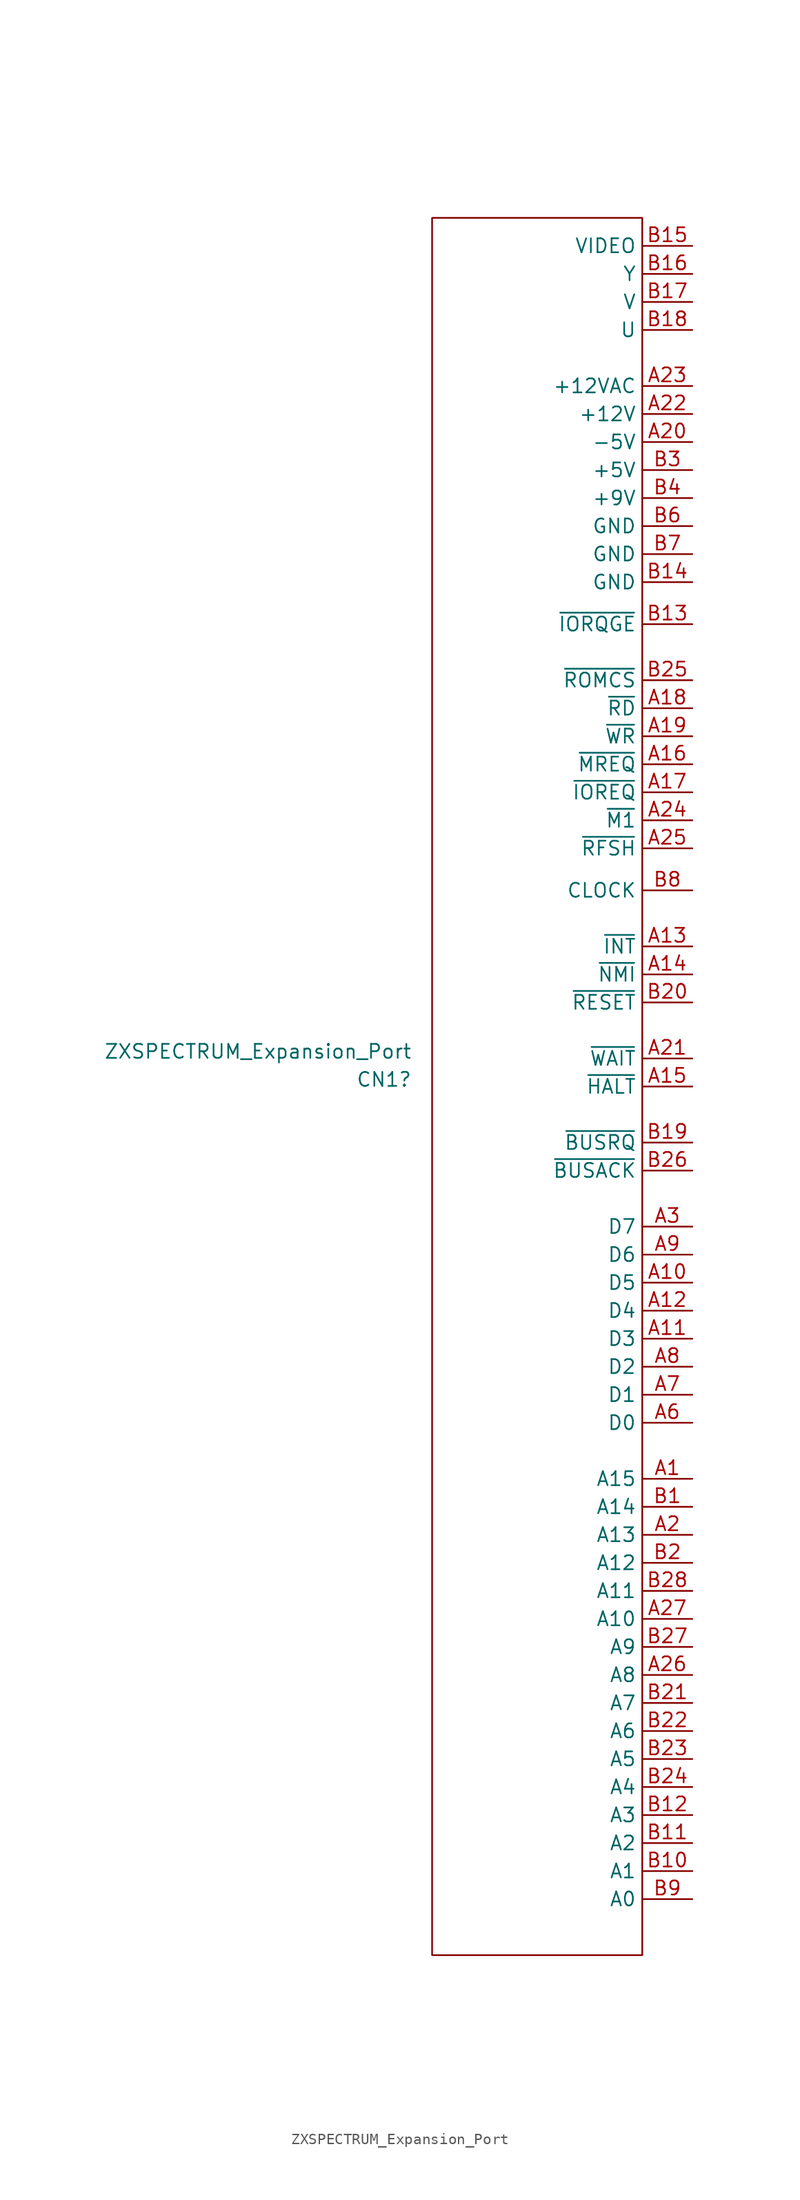
<source format=kicad_sym>
(kicad_symbol_lib
  (version 20231120)
  (generator "kicad_symbol_editor")
  (generator_version "8.0")
  (symbol "ZXSPECTRUM_Expansion_Port"
    (property "Reference" "CN1"
      (at -12.7 -1.905 0)
      (effects (font (size 1.27 1.27)) (justify right)))
    (property "Value" "ZXSPECTRUM_Expansion_Port"
      (at -12.7 0.635 0)
      (effects (font (size 1.27 1.27)) (justify right)))
    (symbol "ZXSPECTRUM_Expansion_Port_0_1"
      (rectangle (start -10.89 76.2) (end 8.16 -81.28) (stroke (width 0) (type default)) (fill (type none))))
    (symbol "ZXSPECTRUM_Expansion_Port_1_1"
      (pin output line (at 12.7 -38.1 180) (length 4.54) (name "A15" (effects (font (size 1.27 1.27)))) (number "A1" (effects (font (size 1.27 1.27)))))
      (pin bidirectional line (at 12.7 -20.32 180) (length 4.54) (name "D5" (effects (font (size 1.27 1.27)))) (number "A10" (effects (font (size 1.27 1.27)))))
      (pin bidirectional line (at 12.7 -25.4 180) (length 4.54) (name "D3" (effects (font (size 1.27 1.27)))) (number "A11" (effects (font (size 1.27 1.27)))))
      (pin bidirectional line (at 12.7 -22.86 180) (length 4.54) (name "D4" (effects (font (size 1.27 1.27)))) (number "A12" (effects (font (size 1.27 1.27)))))
      (pin input line (at 12.7 10.16 180) (length 4.54) (name "~{INT}" (effects (font (size 1.27 1.27)))) (number "A13" (effects (font (size 1.27 1.27)))))
      (pin input line (at 12.7 7.62 180) (length 4.54) (name "~{NMI}" (effects (font (size 1.27 1.27)))) (number "A14" (effects (font (size 1.27 1.27)))))
      (pin input line (at 12.7 -2.54 180) (length 4.54) (name "~{HALT}" (effects (font (size 1.27 1.27)))) (number "A15" (effects (font (size 1.27 1.27)))))
      (pin output line (at 12.7 26.67 180) (length 4.54) (name "~{MREQ}" (effects (font (size 1.27 1.27)))) (number "A16" (effects (font (size 1.27 1.27)))))
      (pin output line (at 12.7 24.13 180) (length 4.54) (name "~{IOREQ}" (effects (font (size 1.27 1.27)))) (number "A17" (effects (font (size 1.27 1.27)))))
      (pin output line (at 12.7 31.75 180) (length 4.54) (name "~{RD}" (effects (font (size 1.27 1.27)))) (number "A18" (effects (font (size 1.27 1.27)))))
      (pin output line (at 12.7 29.21 180) (length 4.54) (name "~{WR}" (effects (font (size 1.27 1.27)))) (number "A19" (effects (font (size 1.27 1.27)))))
      (pin output line (at 12.7 -43.18 180) (length 4.54) (name "A13" (effects (font (size 1.27 1.27)))) (number "A2" (effects (font (size 1.27 1.27)))))
      (pin power_in line (at 12.7 55.88 180) (length 4.54) (name "-5V" (effects (font (size 1.27 1.27)))) (number "A20" (effects (font (size 1.27 1.27)))))
      (pin input line (at 12.7 0 180) (length 4.54) (name "~{WAIT}" (effects (font (size 1.27 1.27)))) (number "A21" (effects (font (size 1.27 1.27)))))
      (pin power_in line (at 12.7 58.42 180) (length 4.54) (name "+12V" (effects (font (size 1.27 1.27)))) (number "A22" (effects (font (size 1.27 1.27)))))
      (pin power_in line (at 12.7 60.96 180) (length 4.54) (name "+12VAC" (effects (font (size 1.27 1.27)))) (number "A23" (effects (font (size 1.27 1.27)))))
      (pin output line (at 12.7 21.59 180) (length 4.54) (name "~{M1}" (effects (font (size 1.27 1.27)))) (number "A24" (effects (font (size 1.27 1.27)))))
      (pin output line (at 12.7 19.05 180) (length 4.54) (name "~{RFSH}" (effects (font (size 1.27 1.27)))) (number "A25" (effects (font (size 1.27 1.27)))))
      (pin output line (at 12.7 -55.88 180) (length 4.54) (name "A8" (effects (font (size 1.27 1.27)))) (number "A26" (effects (font (size 1.27 1.27)))))
      (pin output line (at 12.7 -50.8 180) (length 4.54) (name "A10" (effects (font (size 1.27 1.27)))) (number "A27" (effects (font (size 1.27 1.27)))))
      (pin bidirectional line (at 12.7 -15.24 180) (length 4.54) (name "D7" (effects (font (size 1.27 1.27)))) (number "A3" (effects (font (size 1.27 1.27)))))
      (pin bidirectional line (at 12.7 -33.02 180) (length 4.54) (name "D0" (effects (font (size 1.27 1.27)))) (number "A6" (effects (font (size 1.27 1.27)))))
      (pin bidirectional line (at 12.7 -30.48 180) (length 4.54) (name "D1" (effects (font (size 1.27 1.27)))) (number "A7" (effects (font (size 1.27 1.27)))))
      (pin bidirectional line (at 12.7 -27.94 180) (length 4.54) (name "D2" (effects (font (size 1.27 1.27)))) (number "A8" (effects (font (size 1.27 1.27)))))
      (pin bidirectional line (at 12.7 -17.78 180) (length 4.54) (name "D6" (effects (font (size 1.27 1.27)))) (number "A9" (effects (font (size 1.27 1.27)))))
      (pin output line (at 12.7 -40.64 180) (length 4.54) (name "A14" (effects (font (size 1.27 1.27)))) (number "B1" (effects (font (size 1.27 1.27)))))
      (pin output line (at 12.7 -73.66 180) (length 4.54) (name "A1" (effects (font (size 1.27 1.27)))) (number "B10" (effects (font (size 1.27 1.27)))))
      (pin output line (at 12.7 -71.12 180) (length 4.54) (name "A2" (effects (font (size 1.27 1.27)))) (number "B11" (effects (font (size 1.27 1.27)))))
      (pin output line (at 12.7 -68.58 180) (length 4.54) (name "A3" (effects (font (size 1.27 1.27)))) (number "B12" (effects (font (size 1.27 1.27)))))
      (pin output line (at 12.7 39.37 180) (length 4.54) (name "~{IORQGE}" (effects (font (size 1.27 1.27)))) (number "B13" (effects (font (size 1.27 1.27)))))
      (pin power_in line (at 12.7 43.18 180) (length 4.54) (name "GND" (effects (font (size 1.27 1.27)))) (number "B14" (effects (font (size 1.27 1.27)))))
      (pin output line (at 12.7 73.66 180) (length 4.54) (name "VIDEO" (effects (font (size 1.27 1.27)))) (number "B15" (effects (font (size 1.27 1.27)))))
      (pin output line (at 12.7 71.12 180) (length 4.54) (name "Y" (effects (font (size 1.27 1.27)))) (number "B16" (effects (font (size 1.27 1.27)))))
      (pin output line (at 12.7 68.58 180) (length 4.54) (name "V" (effects (font (size 1.27 1.27)))) (number "B17" (effects (font (size 1.27 1.27)))))
      (pin output line (at 12.7 66.04 180) (length 4.54) (name "U" (effects (font (size 1.27 1.27)))) (number "B18" (effects (font (size 1.27 1.27)))))
      (pin input line (at 12.7 -7.62 180) (length 4.54) (name "~{BUSRQ}" (effects (font (size 1.27 1.27)))) (number "B19" (effects (font (size 1.27 1.27)))))
      (pin output line (at 12.7 -45.72 180) (length 4.54) (name "A12" (effects (font (size 1.27 1.27)))) (number "B2" (effects (font (size 1.27 1.27)))))
      (pin input line (at 12.7 5.08 180) (length 4.54) (name "~{RESET}" (effects (font (size 1.27 1.27)))) (number "B20" (effects (font (size 1.27 1.27)))))
      (pin output line (at 12.7 -58.42 180) (length 4.54) (name "A7" (effects (font (size 1.27 1.27)))) (number "B21" (effects (font (size 1.27 1.27)))))
      (pin output line (at 12.7 -60.96 180) (length 4.54) (name "A6" (effects (font (size 1.27 1.27)))) (number "B22" (effects (font (size 1.27 1.27)))))
      (pin output line (at 12.7 -63.5 180) (length 4.54) (name "A5" (effects (font (size 1.27 1.27)))) (number "B23" (effects (font (size 1.27 1.27)))))
      (pin output line (at 12.7 -66.04 180) (length 4.54) (name "A4" (effects (font (size 1.27 1.27)))) (number "B24" (effects (font (size 1.27 1.27)))))
      (pin input line (at 12.7 34.29 180) (length 4.54) (name "~{ROMCS}" (effects (font (size 1.27 1.27)))) (number "B25" (effects (font (size 1.27 1.27)))))
      (pin output line (at 12.7 -10.16 180) (length 4.54) (name "~{BUSACK}" (effects (font (size 1.27 1.27)))) (number "B26" (effects (font (size 1.27 1.27)))))
      (pin output line (at 12.7 -53.34 180) (length 4.54) (name "A9" (effects (font (size 1.27 1.27)))) (number "B27" (effects (font (size 1.27 1.27)))))
      (pin output line (at 12.7 -48.26 180) (length 4.54) (name "A11" (effects (font (size 1.27 1.27)))) (number "B28" (effects (font (size 1.27 1.27)))))
      (pin power_in line (at 12.7 53.34 180) (length 4.54) (name "+5V" (effects (font (size 1.27 1.27)))) (number "B3" (effects (font (size 1.27 1.27)))))
      (pin power_in line (at 12.7 50.8 180) (length 4.54) (name "+9V" (effects (font (size 1.27 1.27)))) (number "B4" (effects (font (size 1.27 1.27)))))
      (pin power_in line (at 12.7 48.26 180) (length 4.54) (name "GND" (effects (font (size 1.27 1.27)))) (number "B6" (effects (font (size 1.27 1.27)))))
      (pin power_in line (at 12.7 45.72 180) (length 4.54) (name "GND" (effects (font (size 1.27 1.27)))) (number "B7" (effects (font (size 1.27 1.27)))))
      (pin input line (at 12.7 15.24 180) (length 4.54) (name "CLOCK" (effects (font (size 1.27 1.27)))) (number "B8" (effects (font (size 1.27 1.27)))))
      (pin output line (at 12.7 -76.2 180) (length 4.54) (name "A0" (effects (font (size 1.27 1.27)))) (number "B9" (effects (font (size 1.27 1.27))))))))
</source>
